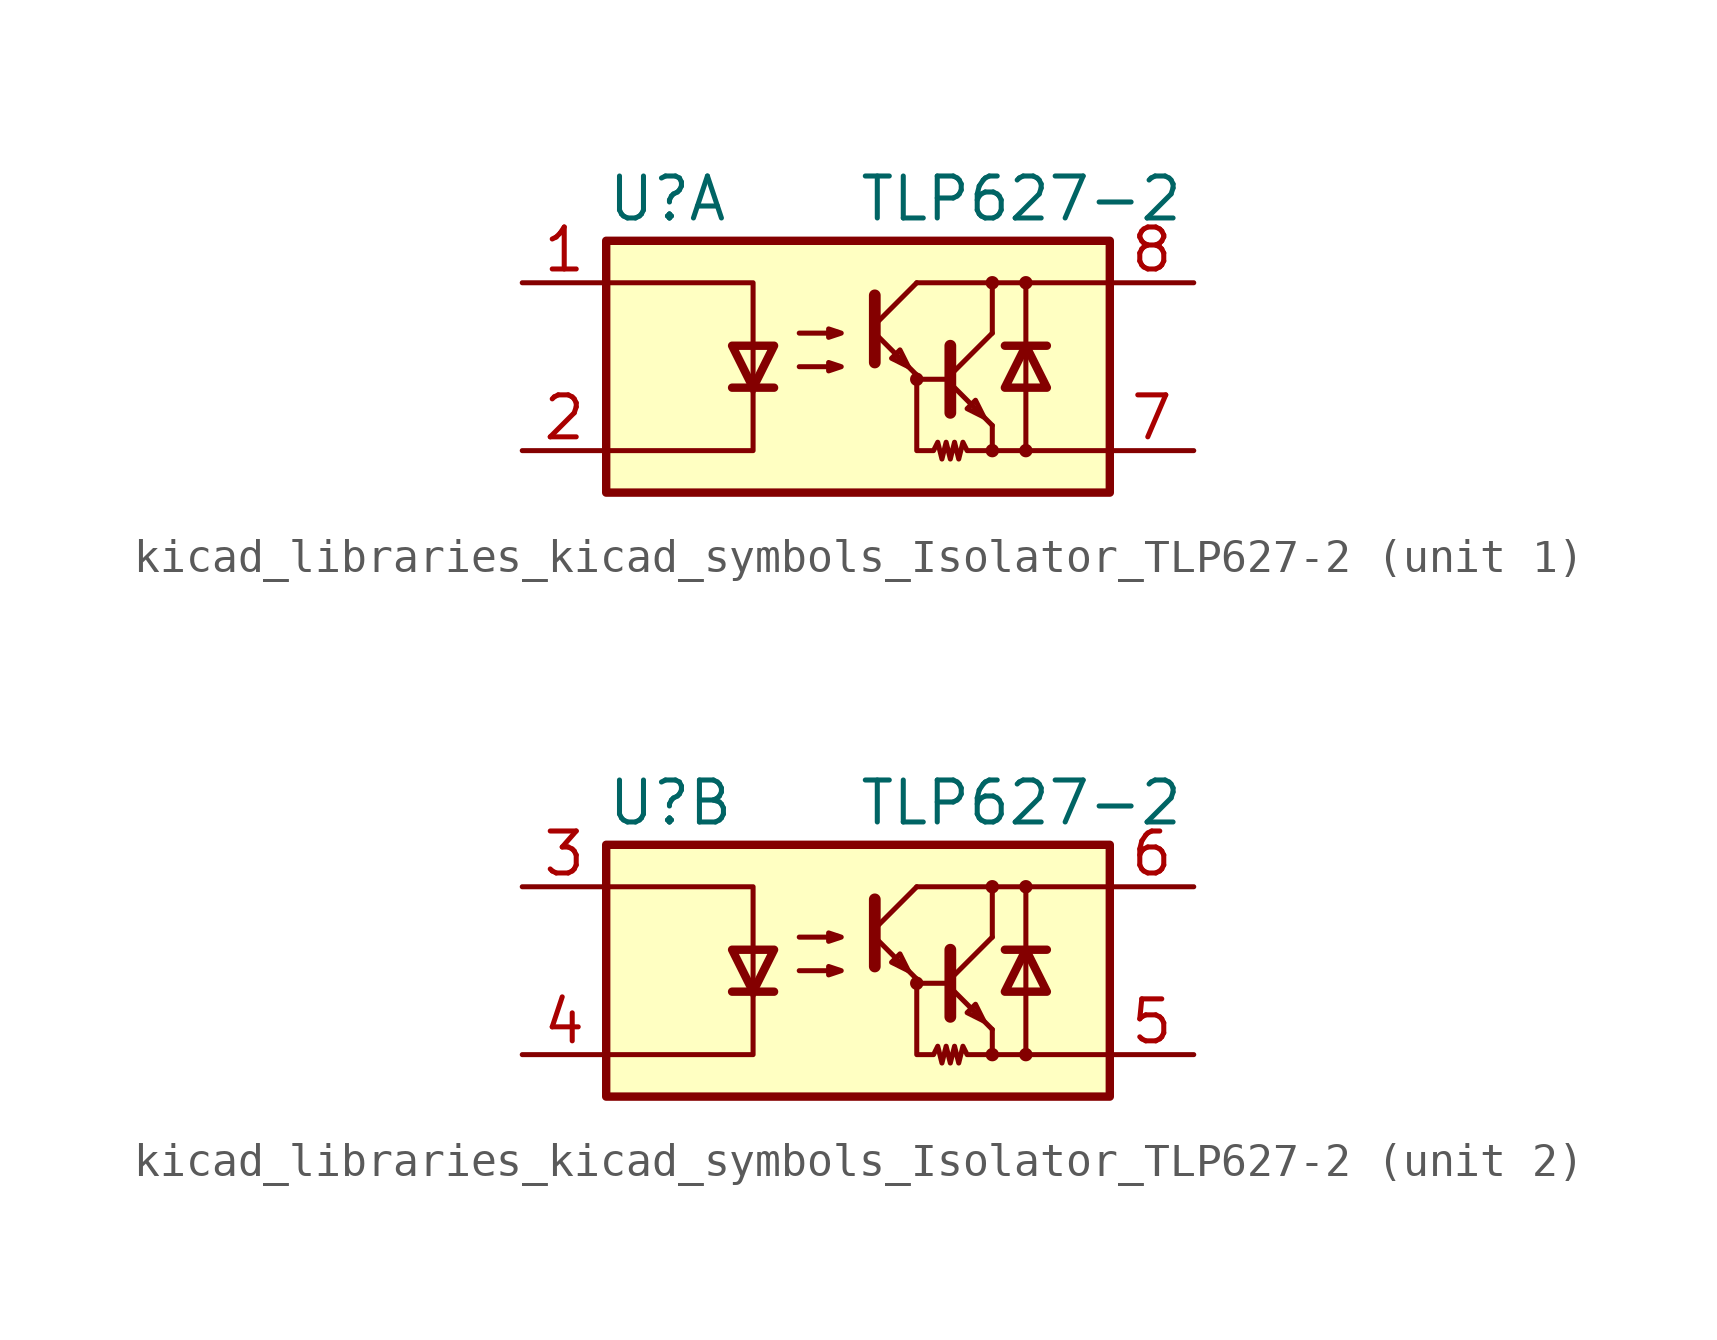
<source format=kicad_sym>
(kicad_symbol_lib
  (version 20220914)
  (generator kicad_symbol_editor)
  (symbol "kicad_libraries_kicad_symbols_Isolator_TLP627-2"
    (pin_names
      (offset 1.016))
    (property "Reference" "U"
      (at -7.62 5.08 0)
      (effects (font (size 1.27 1.27)) (justify left)))
    (property "Value" "TLP627-2"
      (at 0 5.08 0)
      (effects (font (size 1.27 1.27)) (justify left)))
    (symbol "kicad_libraries_kicad_symbols_Isolator_TLP627-2_0_1"
      (rectangle (start -7.62 3.81) (end 7.62 -3.81) (stroke (width 0.254) (type default)) (fill (type background)))
      (polyline (pts (xy -3.81 -0.635) (xy -2.54 -0.635)) (stroke (width 0.254) (type default)) (fill (type none)))
      (polyline (pts (xy 0.508 1.016) (xy 1.778 -0.254)) (stroke (width 0) (type default)) (fill (type none)))
      (polyline (pts (xy 0.508 1.27) (xy 1.778 2.54)) (stroke (width 0) (type default)) (fill (type none)))
      (polyline (pts (xy 0.508 2.159) (xy 0.508 0.127)) (stroke (width 0.356) (type default)) (fill (type none)))
      (polyline (pts (xy 1.778 2.54) (xy 7.62 2.54)) (stroke (width 0) (type default)) (fill (type none)))
      (polyline (pts (xy 2.794 -0.508) (xy 4.064 -1.778)) (stroke (width 0) (type default)) (fill (type none)))
      (polyline (pts (xy 2.794 -0.381) (xy 1.778 -0.381)) (stroke (width 0) (type default)) (fill (type none)))
      (polyline (pts (xy 2.794 -0.254) (xy 4.064 1.016)) (stroke (width 0) (type default)) (fill (type none)))
      (polyline (pts (xy 4.064 -2.54) (xy 7.62 -2.54)) (stroke (width 0) (type default)) (fill (type none)))
      (polyline (pts (xy 4.064 -1.778) (xy 4.064 -2.54)) (stroke (width 0) (type default)) (fill (type none)))
      (polyline (pts (xy 4.064 1.016) (xy 4.064 2.54)) (stroke (width 0) (type default)) (fill (type none)))
      (polyline (pts (xy 4.445 0.635) (xy 5.715 0.635)) (stroke (width 0.254) (type default)) (fill (type none)))
      (polyline (pts (xy 5.08 0.635) (xy 5.08 -2.54)) (stroke (width 0) (type default)) (fill (type none)))
      (polyline (pts (xy 5.08 0.635) (xy 5.08 2.54)) (stroke (width 0) (type default)) (fill (type none)))
      (polyline (pts (xy -7.62 2.54) (xy -3.175 2.54) (xy -3.175 -0.762)) (stroke (width 0) (type default)) (fill (type none)))
      (polyline (pts (xy -3.175 -0.635) (xy -3.175 -2.54) (xy -7.62 -2.54)) (stroke (width 0) (type default)) (fill (type none)))
      (polyline (pts (xy 2.794 0.635) (xy 2.794 -1.397) (xy 2.794 -1.397)) (stroke (width 0.356) (type default)) (fill (type none)))
      (polyline (pts (xy -3.175 -0.635) (xy -3.81 0.635) (xy -2.54 0.635) (xy -3.175 -0.635)) (stroke (width 0.254) (type default)) (fill (type none)))
      (polyline (pts (xy 1.524 0) (xy 1.27 0.508) (xy 1.016 0.254) (xy 1.524 0)) (stroke (width 0) (type default)) (fill (type none)))
      (polyline (pts (xy 3.81 -1.524) (xy 3.556 -1.016) (xy 3.302 -1.27) (xy 3.81 -1.524)) (stroke (width 0) (type default)) (fill (type none)))
      (polyline (pts (xy 5.08 0.635) (xy 4.445 -0.635) (xy 5.715 -0.635) (xy 5.08 0.635)) (stroke (width 0.254) (type default)) (fill (type none)))
      (polyline (pts (xy -1.778 0) (xy -0.508 0) (xy -0.889 -0.127) (xy -0.889 0.127) (xy -0.508 0)) (stroke (width 0) (type default)) (fill (type none)))
      (polyline (pts (xy -1.778 1.016) (xy -0.508 1.016) (xy -0.889 0.889) (xy -0.889 1.143) (xy -0.508 1.016)) (stroke (width 0) (type default)) (fill (type none)))
      (polyline (pts (xy 1.778 -0.254) (xy 1.778 -2.54) (xy 2.286 -2.54) (xy 2.413 -2.286) (xy 2.54 -2.794) (xy 2.667 -2.286) (xy 2.794 -2.794) (xy 2.921 -2.286) (xy 3.048 -2.794) (xy 3.175 -2.286) (xy 3.302 -2.54) (xy 4.064 -2.54)) (stroke (width 0) (type default)) (fill (type none)))
      (circle (center 1.778 -0.381) (radius 0.127) (stroke (width 0) (type default)) (fill (type none)))
      (circle (center 4.064 -2.54) (radius 0.127) (stroke (width 0) (type default)) (fill (type none)))
      (circle (center 4.064 2.54) (radius 0.127) (stroke (width 0) (type default)) (fill (type none)))
      (circle (center 5.08 -2.54) (radius 0.127) (stroke (width 0) (type default)) (fill (type none)))
      (circle (center 5.08 2.54) (radius 0.127) (stroke (width 0) (type default)) (fill (type none))))
    (symbol "kicad_libraries_kicad_symbols_Isolator_TLP627-2_1_1"
      (pin passive line (at -10.16 2.54 0) (length 2.54) (name "~" (effects (font (size 1.27 1.27)))) (number "1" (effects (font (size 1.27 1.27)))))
      (pin passive line (at -10.16 -2.54 0) (length 2.54) (name "~" (effects (font (size 1.27 1.27)))) (number "2" (effects (font (size 1.27 1.27)))))
      (pin passive line (at 10.16 -2.54 180) (length 2.54) (name "~" (effects (font (size 1.27 1.27)))) (number "7" (effects (font (size 1.27 1.27)))))
      (pin passive line (at 10.16 2.54 180) (length 2.54) (name "~" (effects (font (size 1.27 1.27)))) (number "8" (effects (font (size 1.27 1.27))))))
    (symbol "kicad_libraries_kicad_symbols_Isolator_TLP627-2_2_1"
      (pin passive line (at -10.16 2.54 0) (length 2.54) (name "~" (effects (font (size 1.27 1.27)))) (number "3" (effects (font (size 1.27 1.27)))))
      (pin passive line (at -10.16 -2.54 0) (length 2.54) (name "~" (effects (font (size 1.27 1.27)))) (number "4" (effects (font (size 1.27 1.27)))))
      (pin passive line (at 10.16 -2.54 180) (length 2.54) (name "~" (effects (font (size 1.27 1.27)))) (number "5" (effects (font (size 1.27 1.27)))))
      (pin passive line (at 10.16 2.54 180) (length 2.54) (name "~" (effects (font (size 1.27 1.27)))) (number "6" (effects (font (size 1.27 1.27))))))))
</source>
